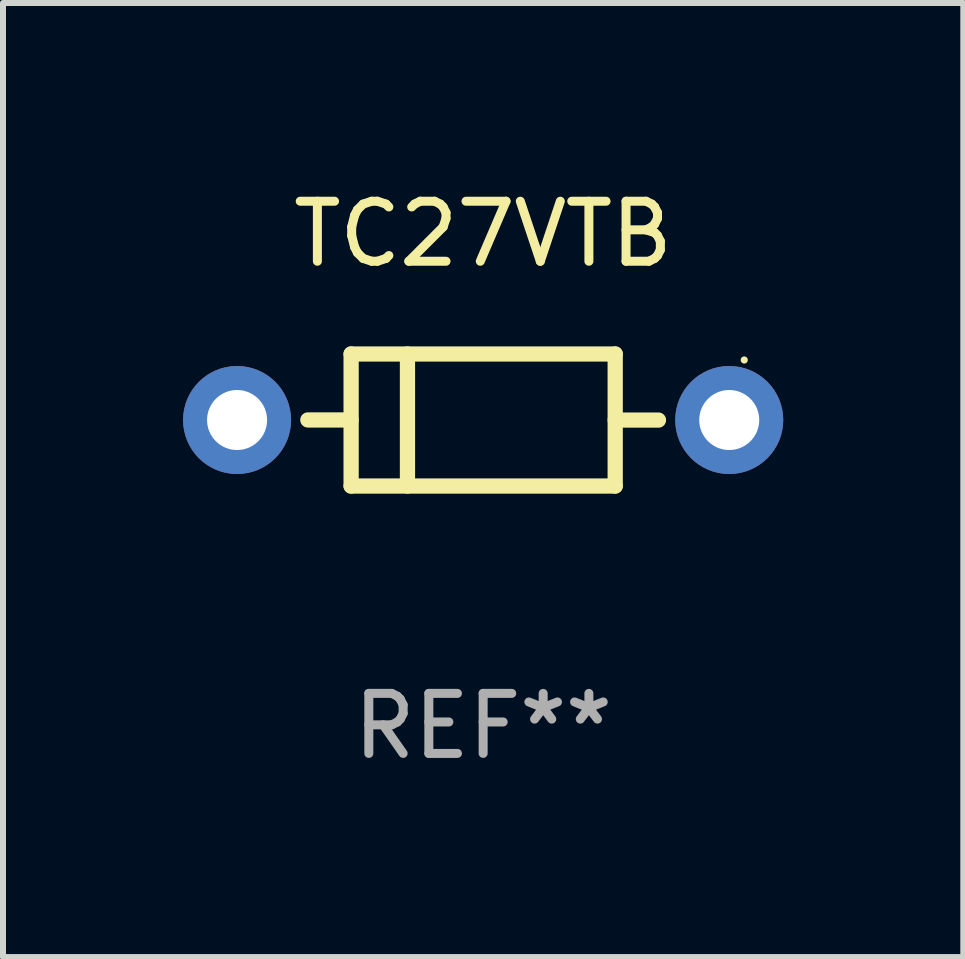
<source format=kicad_pcb>
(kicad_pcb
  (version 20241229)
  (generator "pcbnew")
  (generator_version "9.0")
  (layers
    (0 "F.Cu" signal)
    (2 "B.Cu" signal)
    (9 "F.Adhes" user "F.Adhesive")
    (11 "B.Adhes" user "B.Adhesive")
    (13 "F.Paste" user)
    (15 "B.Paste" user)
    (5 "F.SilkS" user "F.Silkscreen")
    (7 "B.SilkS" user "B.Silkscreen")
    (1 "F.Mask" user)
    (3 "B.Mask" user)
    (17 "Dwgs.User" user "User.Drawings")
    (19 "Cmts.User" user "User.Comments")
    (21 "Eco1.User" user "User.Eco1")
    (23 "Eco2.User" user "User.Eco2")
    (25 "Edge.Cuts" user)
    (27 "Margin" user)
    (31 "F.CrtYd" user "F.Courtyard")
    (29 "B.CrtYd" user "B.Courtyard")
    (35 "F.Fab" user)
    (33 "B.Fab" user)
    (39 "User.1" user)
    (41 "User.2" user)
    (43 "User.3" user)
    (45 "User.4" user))
  (footprint "TC27VTB"
    (layer "F.Cu")
    (at 5 3.948)
    (property "Reference" "TC27VTB" (at 0 -3.1 0) (layer "F.SilkS") (effects (font (size 1 1) (thickness 0.15))))
    (attr through_hole)
    (fp_line (start -2.2 -1.1) (end -2.2 1.1) (stroke (width 0.254) (type solid)) (layer "F.SilkS"))
    (fp_line (start -2.2 -1.1) (end 2.2 -1.1) (stroke (width 0.254) (type solid)) (layer "F.SilkS"))
    (fp_line (start -2.2 -0.001) (end -2.921 -0.001) (stroke (width 0.254) (type solid)) (layer "F.SilkS"))
    (fp_line (start -2.2 1.1) (end 2.2 1.1) (stroke (width 0.254) (type solid)) (layer "F.SilkS"))
    (fp_line (start -1.261 -1.1) (end -1.261 1.1) (stroke (width 0.254) (type solid)) (layer "F.SilkS"))
    (fp_line (start 2.2 -1.1) (end 2.2 1.1) (stroke (width 0.254) (type solid)) (layer "F.SilkS"))
    (fp_line (start 2.2 0.001) (end 2.921 0.001) (stroke (width 0.254) (type solid)) (layer "F.SilkS"))
    (fp_circle (center 4.35 -1) (end 4.38 -1) (stroke (width 0.06) (type solid)) (fill no) (layer "F.SilkS"))
    (fp_text user "REF**" (at 0 5.1 0) (layer "F.Fab") (effects (font (size 1 1) (thickness 0.15))))
    (pad "1" thru_hole circle (at 4.1 0) (size 1.8 1.8) (drill 1) (layers "*.Cu" "*.Mask"))
    (pad "2" thru_hole circle (at -4.1 0) (size 1.8 1.8) (drill 1) (layers "*.Cu" "*.Mask")))
  (gr_rect
    (start -3 -3)
    (end 13 12.896)
    (stroke (width 0.1) (type default))
    (fill no)
    (layer "Edge.Cuts")))
</source>
